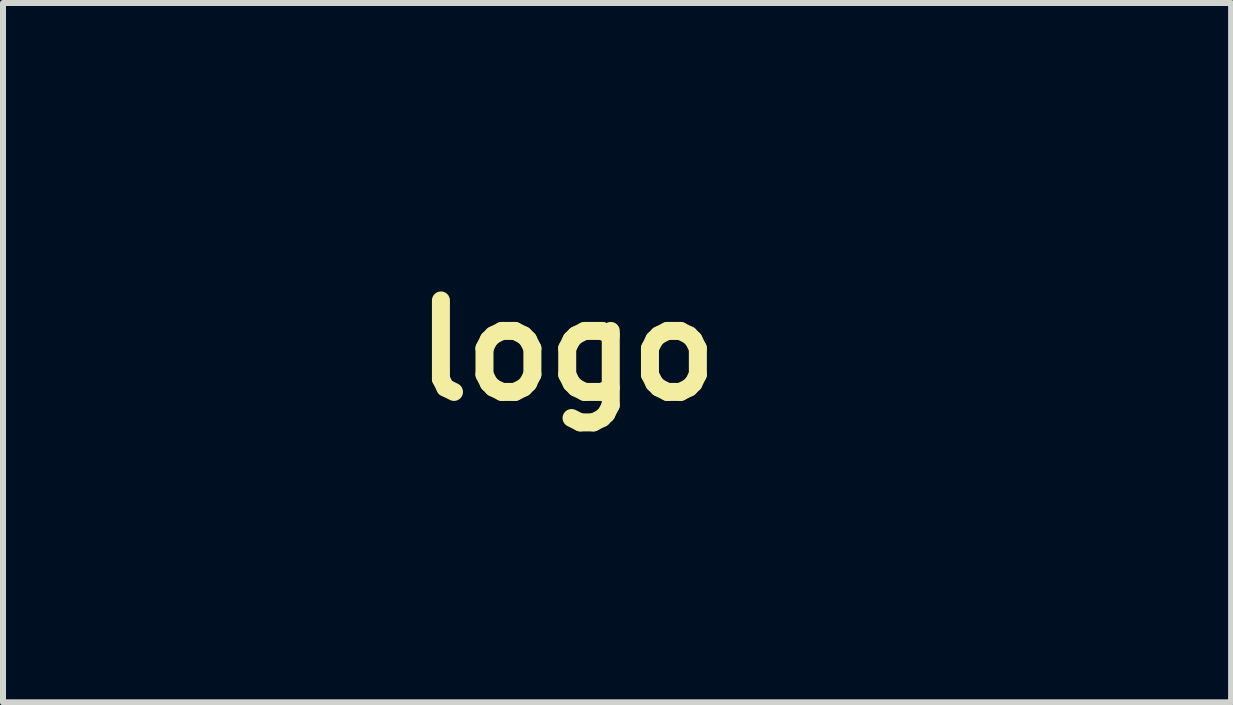
<source format=kicad_pcb>
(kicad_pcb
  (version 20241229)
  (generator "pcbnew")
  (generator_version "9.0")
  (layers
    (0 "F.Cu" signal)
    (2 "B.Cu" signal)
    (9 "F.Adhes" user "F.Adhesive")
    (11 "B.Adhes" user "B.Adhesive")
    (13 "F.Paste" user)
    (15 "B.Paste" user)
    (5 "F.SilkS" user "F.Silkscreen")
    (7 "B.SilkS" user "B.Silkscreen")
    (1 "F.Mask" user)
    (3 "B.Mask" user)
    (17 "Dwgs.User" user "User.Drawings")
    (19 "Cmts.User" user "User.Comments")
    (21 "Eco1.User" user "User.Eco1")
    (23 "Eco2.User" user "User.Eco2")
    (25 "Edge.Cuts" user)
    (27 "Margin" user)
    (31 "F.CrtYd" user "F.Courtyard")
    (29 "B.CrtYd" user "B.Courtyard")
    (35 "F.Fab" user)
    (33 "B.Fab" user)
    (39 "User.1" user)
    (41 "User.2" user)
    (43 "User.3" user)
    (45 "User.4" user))
  (footprint "logo"
    (layer "F.Cu")
    (at 6.403 2.792)
    (property "Reference" "logo" (at 0 0 0) (layer "F.SilkS") (effects (font (size 1.524 1.524) (thickness 0.3))))
    (attr through_hole)
    (fp_poly (pts (xy 4.662 -2.007) (xy 4.667 -1.984) (xy 4.644 -1.944) (xy 4.594 -1.939) (xy 4.562 -1.957) (xy 4.555 -1.996) (xy 4.591 -2.027) (xy 4.621 -2.032) (xy 4.662 -2.007)) (stroke (width 0.01) (type solid)) (fill yes) (layer "F.Mask"))
    (fp_poly (pts (xy 4.639 -1.728) (xy 4.651 -1.69) (xy 4.66 -1.606) (xy 4.665 -1.49) (xy 4.667 -1.361) (xy 4.664 -1.234) (xy 4.658 -1.127) (xy 4.648 -1.055) (xy 4.639 -1.034) (xy 4.606 -1.043) (xy 4.591 -1.066) (xy 4.582 -1.12) (xy 4.576 -1.219) (xy 4.572 -1.344) (xy 4.572 -1.381) (xy 4.576 -1.553) (xy 4.587 -1.665) (xy 4.606 -1.723) (xy 4.635 -1.73) (xy 4.639 -1.728)) (stroke (width 0.01) (type solid)) (fill yes) (layer "F.Mask"))
    (fp_poly (pts (xy 7.109 -1.732) (xy 7.191 -1.695) (xy 7.236 -1.647) (xy 7.239 -1.631) (xy 7.211 -1.625) (xy 7.137 -1.629) (xy 7.066 -1.636) (xy 6.963 -1.646) (xy 6.897 -1.639) (xy 6.846 -1.608) (xy 6.812 -1.576) (xy 6.744 -1.468) (xy 6.731 -1.347) (xy 6.776 -1.231) (xy 6.813 -1.185) (xy 6.867 -1.138) (xy 6.922 -1.117) (xy 7.001 -1.116) (xy 7.067 -1.123) (xy 7.178 -1.129) (xy 7.233 -1.116) (xy 7.23 -1.088) (xy 7.167 -1.047) (xy 7.129 -1.03) (xy 7.03 -0.994) (xy 6.957 -0.989) (xy 6.88 -1.015) (xy 6.842 -1.034) (xy 6.725 -1.116) (xy 6.659 -1.221) (xy 6.637 -1.365) (xy 6.637 -1.381) (xy 6.66 -1.538) (xy 6.73 -1.652) (xy 6.845 -1.722) (xy 7.005 -1.746) (xy 7.012 -1.746) (xy 7.109 -1.732)) (stroke (width 0.01) (type solid)) (fill yes) (layer "F.Mask"))
    (fp_poly (pts (xy 7.727 -0.237) (xy 7.759 -0.204) (xy 7.764 -0.16) (xy 7.769 -0.062) (xy 7.772 0.084) (xy 7.776 0.268) (xy 7.778 0.483) (xy 7.779 0.72) (xy 7.779 0.81) (xy 7.778 1.087) (xy 7.777 1.308) (xy 7.774 1.479) (xy 7.77 1.607) (xy 7.764 1.698) (xy 7.756 1.76) (xy 7.745 1.799) (xy 7.731 1.821) (xy 7.729 1.823) (xy 7.654 1.87) (xy 7.583 1.853) (xy 7.563 1.835) (xy 7.551 1.804) (xy 7.542 1.735) (xy 7.535 1.622) (xy 7.53 1.462) (xy 7.526 1.249) (xy 7.525 0.979) (xy 7.525 0.822) (xy 7.525 0.577) (xy 7.527 0.352) (xy 7.53 0.154) (xy 7.533 -0.008) (xy 7.537 -0.127) (xy 7.542 -0.194) (xy 7.544 -0.204) (xy 7.588 -0.242) (xy 7.659 -0.253) (xy 7.727 -0.237)) (stroke (width 0.01) (type solid)) (fill yes) (layer "F.Mask"))
    (fp_poly (pts (xy 4.22 -1.732) (xy 4.301 -1.695) (xy 4.346 -1.647) (xy 4.35 -1.631) (xy 4.321 -1.625) (xy 4.248 -1.629) (xy 4.177 -1.636) (xy 4.073 -1.646) (xy 4.008 -1.639) (xy 3.957 -1.608) (xy 3.923 -1.576) (xy 3.854 -1.468) (xy 3.842 -1.347) (xy 3.886 -1.231) (xy 3.924 -1.185) (xy 3.979 -1.137) (xy 4.035 -1.116) (xy 4.117 -1.115) (xy 4.178 -1.121) (xy 4.272 -1.126) (xy 4.335 -1.12) (xy 4.35 -1.11) (xy 4.321 -1.068) (xy 4.243 -1.035) (xy 4.132 -1.018) (xy 4.084 -1.016) (xy 3.978 -1.026) (xy 3.899 -1.064) (xy 3.844 -1.114) (xy 3.784 -1.184) (xy 3.755 -1.254) (xy 3.747 -1.354) (xy 3.747 -1.376) (xy 3.771 -1.535) (xy 3.839 -1.65) (xy 3.952 -1.721) (xy 4.111 -1.746) (xy 4.123 -1.746) (xy 4.22 -1.732)) (stroke (width 0.01) (type solid)) (fill yes) (layer "F.Mask"))
    (fp_poly (pts (xy 2.076 -1.736) (xy 2.168 -1.69) (xy 2.177 -1.68) (xy 2.209 -1.619) (xy 2.233 -1.525) (xy 2.248 -1.411) (xy 2.255 -1.292) (xy 2.252 -1.18) (xy 2.24 -1.091) (xy 2.219 -1.038) (xy 2.19 -1.032) (xy 2.175 -1.071) (xy 2.164 -1.156) (xy 2.159 -1.269) (xy 2.159 -1.281) (xy 2.151 -1.444) (xy 2.126 -1.55) (xy 2.11 -1.58) (xy 2.034 -1.639) (xy 1.938 -1.649) (xy 1.837 -1.61) (xy 1.792 -1.573) (xy 1.748 -1.518) (xy 1.724 -1.454) (xy 1.715 -1.358) (xy 1.714 -1.295) (xy 1.708 -1.159) (xy 1.691 -1.068) (xy 1.665 -1.028) (xy 1.641 -1.037) (xy 1.632 -1.076) (xy 1.624 -1.164) (xy 1.62 -1.285) (xy 1.619 -1.369) (xy 1.623 -1.535) (xy 1.636 -1.644) (xy 1.659 -1.7) (xy 1.694 -1.707) (xy 1.724 -1.688) (xy 1.783 -1.676) (xy 1.842 -1.7) (xy 1.96 -1.74) (xy 2.076 -1.736)) (stroke (width 0.01) (type solid)) (fill yes) (layer "F.Mask"))
    (fp_poly (pts (xy 6.221 -1.74) (xy 6.321 -1.691) (xy 6.348 -1.663) (xy 6.383 -1.605) (xy 6.404 -1.532) (xy 6.412 -1.425) (xy 6.413 -1.337) (xy 6.408 -1.195) (xy 6.396 -1.093) (xy 6.377 -1.037) (xy 6.355 -1.034) (xy 6.339 -1.064) (xy 6.328 -1.122) (xy 6.32 -1.221) (xy 6.318 -1.313) (xy 6.308 -1.464) (xy 6.278 -1.566) (xy 6.269 -1.58) (xy 6.194 -1.639) (xy 6.097 -1.649) (xy 5.996 -1.61) (xy 5.952 -1.573) (xy 5.909 -1.523) (xy 5.886 -1.464) (xy 5.876 -1.379) (xy 5.874 -1.273) (xy 5.868 -1.129) (xy 5.849 -1.046) (xy 5.819 -1.024) (xy 5.799 -1.038) (xy 5.789 -1.079) (xy 5.782 -1.167) (xy 5.779 -1.283) (xy 5.78 -1.412) (xy 5.784 -1.535) (xy 5.792 -1.637) (xy 5.802 -1.7) (xy 5.806 -1.708) (xy 5.835 -1.731) (xy 5.873 -1.7) (xy 5.873 -1.699) (xy 5.91 -1.667) (xy 5.951 -1.675) (xy 5.988 -1.698) (xy 6.103 -1.743) (xy 6.221 -1.74)) (stroke (width 0.01) (type solid)) (fill yes) (layer "F.Mask"))
    (fp_poly (pts (xy -0.695 -2.004) (xy -0.553 -1.924) (xy -0.449 -1.801) (xy -0.391 -1.64) (xy -0.381 -1.527) (xy -0.405 -1.336) (xy -0.474 -1.188) (xy -0.588 -1.084) (xy -0.743 -1.028) (xy -0.873 -1.018) (xy -0.98 -1.024) (xy -1.07 -1.038) (xy -1.098 -1.047) (xy -1.187 -1.109) (xy -1.272 -1.209) (xy -1.334 -1.323) (xy -1.352 -1.384) (xy -1.359 -1.51) (xy -1.27 -1.51) (xy -1.245 -1.346) (xy -1.172 -1.223) (xy -1.055 -1.144) (xy -0.894 -1.112) (xy -0.863 -1.111) (xy -0.755 -1.116) (xy -0.682 -1.139) (xy -0.615 -1.189) (xy -0.584 -1.219) (xy -0.518 -1.294) (xy -0.486 -1.365) (xy -0.477 -1.46) (xy -0.476 -1.491) (xy -0.499 -1.669) (xy -0.566 -1.805) (xy -0.675 -1.894) (xy -0.823 -1.934) (xy -0.875 -1.937) (xy -1.025 -1.908) (xy -1.146 -1.829) (xy -1.23 -1.707) (xy -1.268 -1.551) (xy -1.27 -1.51) (xy -1.359 -1.51) (xy -1.362 -1.575) (xy -1.321 -1.743) (xy -1.233 -1.879) (xy -1.107 -1.976) (xy -0.946 -2.027) (xy -0.868 -2.032) (xy -0.695 -2.004)) (stroke (width 0.01) (type solid)) (fill yes) (layer "F.Mask"))
    (fp_poly (pts (xy 1.464 0.391) (xy 1.596 0.436) (xy 1.713 0.502) (xy 1.767 0.567) (xy 1.759 0.631) (xy 1.738 0.657) (xy 1.702 0.684) (xy 1.658 0.688) (xy 1.585 0.666) (xy 1.544 0.651) (xy 1.386 0.613) (xy 1.217 0.608) (xy 1.058 0.634) (xy 0.932 0.69) (xy 0.931 0.692) (xy 0.815 0.81) (xy 0.75 0.966) (xy 0.736 1.16) (xy 0.737 1.179) (xy 0.767 1.35) (xy 0.837 1.48) (xy 0.954 1.582) (xy 0.986 1.602) (xy 1.122 1.651) (xy 1.287 1.663) (xy 1.455 1.639) (xy 1.553 1.605) (xy 1.637 1.57) (xy 1.686 1.563) (xy 1.722 1.582) (xy 1.736 1.595) (xy 1.771 1.658) (xy 1.746 1.721) (xy 1.661 1.787) (xy 1.615 1.812) (xy 1.458 1.868) (xy 1.28 1.893) (xy 1.108 1.886) (xy 1.007 1.861) (xy 0.799 1.759) (xy 0.646 1.625) (xy 0.547 1.457) (xy 0.499 1.254) (xy 0.494 1.143) (xy 0.508 0.941) (xy 0.553 0.782) (xy 0.634 0.65) (xy 0.675 0.604) (xy 0.842 0.475) (xy 1.039 0.395) (xy 1.251 0.366) (xy 1.464 0.391)) (stroke (width 0.01) (type solid)) (fill yes) (layer "F.Mask"))
    (fp_poly (pts (xy 4.756 0.384) (xy 4.934 0.442) (xy 5.089 0.544) (xy 5.193 0.664) (xy 5.278 0.842) (xy 5.317 1.038) (xy 5.312 1.239) (xy 5.265 1.431) (xy 5.18 1.602) (xy 5.058 1.74) (xy 4.956 1.808) (xy 4.797 1.863) (xy 4.61 1.889) (xy 4.423 1.882) (xy 4.356 1.869) (xy 4.189 1.8) (xy 4.052 1.682) (xy 3.948 1.528) (xy 3.88 1.347) (xy 3.853 1.15) (xy 3.857 1.1) (xy 4.081 1.1) (xy 4.095 1.266) (xy 4.155 1.439) (xy 4.257 1.568) (xy 4.399 1.649) (xy 4.573 1.676) (xy 4.623 1.674) (xy 4.786 1.641) (xy 4.888 1.589) (xy 4.994 1.48) (xy 5.057 1.335) (xy 5.08 1.145) (xy 5.08 1.125) (xy 5.057 0.926) (xy 4.988 0.77) (xy 4.876 0.659) (xy 4.721 0.594) (xy 4.623 0.58) (xy 4.446 0.594) (xy 4.298 0.66) (xy 4.184 0.771) (xy 4.11 0.92) (xy 4.081 1.1) (xy 3.857 1.1) (xy 3.87 0.949) (xy 3.936 0.753) (xy 3.946 0.731) (xy 4.057 0.579) (xy 4.206 0.467) (xy 4.38 0.397) (xy 4.567 0.369) (xy 4.756 0.384)) (stroke (width 0.01) (type solid)) (fill yes) (layer "F.Mask"))
    (fp_poly (pts (xy 5.343 -1.729) (xy 5.446 -1.674) (xy 5.52 -1.59) (xy 5.551 -1.485) (xy 5.55 -1.453) (xy 5.54 -1.349) (xy 5.278 -1.34) (xy 5.134 -1.331) (xy 5.049 -1.314) (xy 5.018 -1.284) (xy 5.036 -1.238) (xy 5.095 -1.176) (xy 5.153 -1.131) (xy 5.217 -1.114) (xy 5.312 -1.119) (xy 5.33 -1.121) (xy 5.444 -1.129) (xy 5.502 -1.118) (xy 5.507 -1.086) (xy 5.489 -1.059) (xy 5.435 -1.033) (xy 5.341 -1.019) (xy 5.232 -1.019) (xy 5.13 -1.032) (xy 5.064 -1.054) (xy 4.968 -1.143) (xy 4.912 -1.265) (xy 4.897 -1.403) (xy 4.916 -1.49) (xy 5.016 -1.49) (xy 5.023 -1.458) (xy 5.052 -1.439) (xy 5.116 -1.431) (xy 5.229 -1.429) (xy 5.241 -1.429) (xy 5.358 -1.43) (xy 5.424 -1.437) (xy 5.453 -1.453) (xy 5.457 -1.483) (xy 5.455 -1.497) (xy 5.415 -1.579) (xy 5.336 -1.643) (xy 5.243 -1.674) (xy 5.196 -1.671) (xy 5.095 -1.624) (xy 5.031 -1.549) (xy 5.016 -1.49) (xy 4.916 -1.49) (xy 4.927 -1.54) (xy 5.001 -1.659) (xy 5.009 -1.666) (xy 5.11 -1.731) (xy 5.227 -1.75) (xy 5.343 -1.729)) (stroke (width 0.01) (type solid)) (fill yes) (layer "F.Mask"))
    (fp_poly (pts (xy 1.183 -1.729) (xy 1.286 -1.675) (xy 1.361 -1.592) (xy 1.392 -1.486) (xy 1.391 -1.453) (xy 1.381 -1.349) (xy 1.119 -1.34) (xy 0.974 -1.331) (xy 0.887 -1.312) (xy 0.855 -1.28) (xy 0.872 -1.231) (xy 0.925 -1.171) (xy 0.976 -1.131) (xy 1.037 -1.115) (xy 1.133 -1.118) (xy 1.16 -1.121) (xy 1.278 -1.128) (xy 1.339 -1.119) (xy 1.35 -1.091) (xy 1.329 -1.059) (xy 1.272 -1.031) (xy 1.165 -1.017) (xy 1.112 -1.016) (xy 0.995 -1.022) (xy 0.916 -1.043) (xy 0.852 -1.088) (xy 0.848 -1.092) (xy 0.769 -1.205) (xy 0.736 -1.343) (xy 0.749 -1.487) (xy 0.751 -1.492) (xy 0.857 -1.492) (xy 0.863 -1.459) (xy 0.89 -1.44) (xy 0.952 -1.431) (xy 1.062 -1.429) (xy 1.079 -1.429) (xy 1.2 -1.431) (xy 1.268 -1.441) (xy 1.298 -1.461) (xy 1.302 -1.478) (xy 1.275 -1.545) (xy 1.211 -1.614) (xy 1.13 -1.666) (xy 1.065 -1.683) (xy 0.976 -1.657) (xy 0.9 -1.594) (xy 0.859 -1.513) (xy 0.857 -1.492) (xy 0.751 -1.492) (xy 0.808 -1.618) (xy 0.848 -1.665) (xy 0.95 -1.73) (xy 1.066 -1.749) (xy 1.183 -1.729)) (stroke (width 0.01) (type solid)) (fill yes) (layer "F.Mask"))
    (fp_poly (pts (xy 3.431 -2.005) (xy 3.443 -2.001) (xy 3.512 -1.966) (xy 3.52 -1.937) (xy 3.469 -1.917) (xy 3.362 -1.906) (xy 3.291 -1.905) (xy 3.162 -1.902) (xy 3.08 -1.89) (xy 3.028 -1.866) (xy 3 -1.842) (xy 2.959 -1.771) (xy 2.971 -1.707) (xy 3.04 -1.647) (xy 3.169 -1.588) (xy 3.256 -1.557) (xy 3.394 -1.508) (xy 3.483 -1.464) (xy 3.537 -1.418) (xy 3.554 -1.391) (xy 3.584 -1.285) (xy 3.559 -1.187) (xy 3.49 -1.103) (xy 3.386 -1.041) (xy 3.257 -1.008) (xy 3.111 -1.01) (xy 3.048 -1.023) (xy 2.959 -1.056) (xy 2.893 -1.097) (xy 2.889 -1.101) (xy 2.872 -1.124) (xy 2.884 -1.136) (xy 2.936 -1.139) (xy 3.036 -1.132) (xy 3.096 -1.128) (xy 3.226 -1.118) (xy 3.308 -1.118) (xy 3.359 -1.13) (xy 3.396 -1.156) (xy 3.409 -1.17) (xy 3.454 -1.234) (xy 3.459 -1.29) (xy 3.42 -1.344) (xy 3.332 -1.4) (xy 3.189 -1.464) (xy 3.096 -1.5) (xy 2.961 -1.566) (xy 2.883 -1.642) (xy 2.858 -1.737) (xy 2.87 -1.822) (xy 2.923 -1.912) (xy 3.021 -1.98) (xy 3.149 -2.022) (xy 3.291 -2.032) (xy 3.431 -2.005)) (stroke (width 0.01) (type solid)) (fill yes) (layer "F.Mask"))
    (fp_poly (pts (xy 7.853 -1.728) (xy 7.955 -1.671) (xy 8.029 -1.587) (xy 8.06 -1.482) (xy 8.059 -1.453) (xy 8.049 -1.349) (xy 7.787 -1.34) (xy 7.667 -1.333) (xy 7.576 -1.322) (xy 7.528 -1.309) (xy 7.525 -1.305) (xy 7.543 -1.264) (xy 7.587 -1.2) (xy 7.594 -1.191) (xy 7.64 -1.14) (xy 7.689 -1.117) (xy 7.763 -1.115) (xy 7.829 -1.121) (xy 7.946 -1.128) (xy 8.007 -1.119) (xy 8.017 -1.09) (xy 7.997 -1.059) (xy 7.943 -1.033) (xy 7.85 -1.019) (xy 7.74 -1.019) (xy 7.638 -1.032) (xy 7.572 -1.054) (xy 7.476 -1.143) (xy 7.422 -1.264) (xy 7.412 -1.403) (xy 7.433 -1.49) (xy 7.525 -1.49) (xy 7.531 -1.458) (xy 7.56 -1.439) (xy 7.624 -1.431) (xy 7.737 -1.429) (xy 7.749 -1.429) (xy 7.866 -1.43) (xy 7.932 -1.437) (xy 7.961 -1.453) (xy 7.965 -1.483) (xy 7.964 -1.497) (xy 7.923 -1.579) (xy 7.844 -1.643) (xy 7.751 -1.674) (xy 7.704 -1.671) (xy 7.603 -1.624) (xy 7.539 -1.549) (xy 7.525 -1.49) (xy 7.433 -1.49) (xy 7.446 -1.542) (xy 7.525 -1.667) (xy 7.53 -1.672) (xy 7.625 -1.734) (xy 7.738 -1.751) (xy 7.853 -1.728)) (stroke (width 0.01) (type solid)) (fill yes) (layer "F.Mask"))
    (fp_poly (pts (xy 0.366 -1.713) (xy 0.409 -1.685) (xy 0.505 -1.582) (xy 0.553 -1.451) (xy 0.555 -1.31) (xy 0.508 -1.176) (xy 0.443 -1.094) (xy 0.374 -1.038) (xy 0.306 -1.019) (xy 0.216 -1.024) (xy 0.118 -1.04) (xy 0.04 -1.058) (xy 0.025 -1.063) (xy -0.005 -1.067) (xy -0.024 -1.04) (xy -0.034 -0.968) (xy -0.038 -0.902) (xy -0.051 -0.792) (xy -0.075 -0.723) (xy -0.104 -0.702) (xy -0.134 -0.736) (xy -0.139 -0.747) (xy -0.148 -0.803) (xy -0.154 -0.907) (xy -0.157 -1.041) (xy -0.158 -1.191) (xy -0.155 -1.34) (xy -0.154 -1.362) (xy -0.055 -1.362) (xy -0.031 -1.249) (xy 0.017 -1.162) (xy 0.021 -1.159) (xy 0.097 -1.12) (xy 0.203 -1.11) (xy 0.31 -1.127) (xy 0.392 -1.171) (xy 0.4 -1.178) (xy 0.449 -1.278) (xy 0.46 -1.381) (xy 0.441 -1.516) (xy 0.379 -1.604) (xy 0.275 -1.646) (xy 0.206 -1.651) (xy 0.082 -1.631) (xy -0.000478 -1.565) (xy -0.046 -1.468) (xy -0.055 -1.362) (xy -0.154 -1.362) (xy -0.15 -1.472) (xy -0.142 -1.571) (xy -0.139 -1.591) (xy -0.119 -1.669) (xy -0.082 -1.702) (xy -0.036 -1.708) (xy 0.05 -1.716) (xy 0.158 -1.729) (xy 0.181 -1.732) (xy 0.286 -1.738) (xy 0.366 -1.713)) (stroke (width 0.01) (type solid)) (fill yes) (layer "F.Mask"))
    (fp_poly (pts (xy 2.374 0.183) (xy 2.379 0.338) (xy 2.384 0.467) (xy 2.391 0.559) (xy 2.397 0.602) (xy 2.398 0.603) (xy 2.431 0.586) (xy 2.496 0.543) (xy 2.545 0.508) (xy 2.723 0.41) (xy 2.902 0.367) (xy 3.074 0.378) (xy 3.228 0.442) (xy 3.356 0.559) (xy 3.371 0.579) (xy 3.399 0.622) (xy 3.419 0.668) (xy 3.433 0.728) (xy 3.442 0.814) (xy 3.449 0.936) (xy 3.454 1.106) (xy 3.456 1.201) (xy 3.459 1.426) (xy 3.459 1.595) (xy 3.454 1.716) (xy 3.443 1.796) (xy 3.423 1.843) (xy 3.395 1.865) (xy 3.356 1.869) (xy 3.341 1.867) (xy 3.254 1.857) (xy 3.239 1.349) (xy 3.229 1.122) (xy 3.215 0.948) (xy 3.194 0.821) (xy 3.162 0.73) (xy 3.119 0.667) (xy 3.06 0.624) (xy 3.016 0.603) (xy 2.885 0.583) (xy 2.74 0.619) (xy 2.588 0.712) (xy 2.522 0.767) (xy 2.383 0.896) (xy 2.374 1.376) (xy 2.365 1.857) (xy 2.278 1.867) (xy 2.205 1.861) (xy 2.174 1.835) (xy 2.171 1.794) (xy 2.168 1.698) (xy 2.166 1.554) (xy 2.165 1.37) (xy 2.165 1.154) (xy 2.165 0.914) (xy 2.166 0.778) (xy 2.175 -0.238) (xy 2.365 -0.238) (xy 2.374 0.183)) (stroke (width 0.01) (type solid)) (fill yes) (layer "F.Mask"))
    (fp_poly (pts (xy 6.6 0.397) (xy 6.786 0.47) (xy 6.929 0.59) (xy 7.029 0.756) (xy 7.083 0.965) (xy 7.094 1.127) (xy 7.071 1.366) (xy 7.003 1.562) (xy 6.89 1.713) (xy 6.732 1.82) (xy 6.71 1.83) (xy 6.586 1.865) (xy 6.433 1.886) (xy 6.282 1.89) (xy 6.17 1.876) (xy 5.978 1.795) (xy 5.818 1.661) (xy 5.763 1.591) (xy 5.719 1.524) (xy 5.691 1.464) (xy 5.675 1.394) (xy 5.669 1.296) (xy 5.668 1.166) (xy 5.879 1.166) (xy 5.879 1.171) (xy 5.907 1.357) (xy 5.971 1.495) (xy 6.076 1.597) (xy 6.135 1.632) (xy 6.257 1.668) (xy 6.403 1.674) (xy 6.545 1.651) (xy 6.657 1.6) (xy 6.659 1.599) (xy 6.772 1.498) (xy 6.839 1.392) (xy 6.869 1.259) (xy 6.873 1.149) (xy 6.851 0.942) (xy 6.787 0.783) (xy 6.681 0.671) (xy 6.532 0.606) (xy 6.366 0.588) (xy 6.182 0.611) (xy 6.041 0.681) (xy 5.943 0.797) (xy 5.889 0.959) (xy 5.879 1.166) (xy 5.668 1.166) (xy 5.667 1.153) (xy 5.667 1.146) (xy 5.669 0.999) (xy 5.676 0.897) (xy 5.692 0.821) (xy 5.721 0.754) (xy 5.763 0.682) (xy 5.887 0.531) (xy 6.044 0.431) (xy 6.237 0.38) (xy 6.375 0.372) (xy 6.6 0.397)) (stroke (width 0.01) (type solid)) (fill yes) (layer "F.Mask"))
    (fp_poly (pts (xy -0.54 -0.171) (xy -0.385 -0.164) (xy -0.234 -0.15) (xy -0.112 -0.131) (xy -0.079 -0.123) (xy 0.017 -0.092) (xy 0.067 -0.058) (xy 0.087 -0.009) (xy 0.089 0.004) (xy 0.085 0.069) (xy 0.047 0.102) (xy -0.032 0.103) (xy -0.16 0.076) (xy -0.362 0.041) (xy -0.554 0.04) (xy -0.727 0.07) (xy -0.872 0.127) (xy -0.978 0.209) (xy -1.038 0.312) (xy -1.048 0.378) (xy -1.043 0.446) (xy -1.022 0.503) (xy -0.98 0.552) (xy -0.907 0.599) (xy -0.797 0.648) (xy -0.643 0.702) (xy -0.437 0.768) (xy -0.365 0.79) (xy -0.161 0.86) (xy -0.013 0.933) (xy 0.088 1.018) (xy 0.149 1.12) (xy 0.18 1.247) (xy 0.184 1.283) (xy 0.187 1.402) (xy 0.168 1.494) (xy 0.119 1.593) (xy 0.116 1.598) (xy 0.03 1.71) (xy -0.082 1.791) (xy -0.236 1.848) (xy -0.351 1.874) (xy -0.502 1.896) (xy -0.635 1.9) (xy -0.779 1.883) (xy -0.912 1.857) (xy -1.089 1.811) (xy -1.209 1.763) (xy -1.276 1.709) (xy -1.295 1.664) (xy -1.286 1.585) (xy -1.231 1.549) (xy -1.133 1.556) (xy -1.076 1.574) (xy -0.793 1.647) (xy -0.524 1.66) (xy -0.41 1.645) (xy -0.236 1.597) (xy -0.118 1.52) (xy -0.054 1.414) (xy -0.045 1.381) (xy -0.041 1.299) (xy -0.066 1.23) (xy -0.127 1.168) (xy -0.232 1.109) (xy -0.387 1.046) (xy -0.564 0.987) (xy -0.776 0.917) (xy -0.936 0.857) (xy -1.052 0.801) (xy -1.134 0.745) (xy -1.192 0.684) (xy -1.226 0.628) (xy -1.28 0.463) (xy -1.275 0.296) (xy -1.215 0.137) (xy -1.104 -0.003) (xy -0.989 -0.088) (xy -0.913 -0.129) (xy -0.844 -0.154) (xy -0.763 -0.167) (xy -0.651 -0.171) (xy -0.54 -0.171)) (stroke (width 0.01) (type solid)) (fill yes) (layer "F.Mask"))
    (fp_poly (pts (xy -5.209 -2.787) (xy -4.949 -2.786) (xy -4.67 -2.785) (xy -4.378 -2.783) (xy -4.081 -2.781) (xy -3.786 -2.779) (xy -3.499 -2.776) (xy -3.226 -2.772) (xy -2.976 -2.769) (xy -2.755 -2.765) (xy -2.569 -2.762) (xy -2.426 -2.758) (xy -2.332 -2.754) (xy -2.295 -2.75) (xy -2.295 -2.75) (xy -2.293 -2.717) (xy -2.291 -2.627) (xy -2.289 -2.485) (xy -2.287 -2.296) (xy -2.285 -2.066) (xy -2.283 -1.801) (xy -2.281 -1.507) (xy -2.279 -1.189) (xy -2.278 -0.935) (xy -2.27 0.87) (xy -2.378 0.892) (xy -2.474 0.91) (xy -2.596 0.928) (xy -2.656 0.936) (xy -2.756 0.945) (xy -2.808 0.94) (xy -2.825 0.918) (xy -2.826 0.909) (xy -2.816 0.876) (xy -2.78 0.852) (xy -2.706 0.832) (xy -2.581 0.813) (xy -2.55 0.809) (xy -2.456 0.791) (xy -2.391 0.767) (xy -2.376 0.751) (xy -2.374 0.713) (xy -2.373 0.618) (xy -2.373 0.471) (xy -2.373 0.279) (xy -2.374 0.047) (xy -2.375 -0.219) (xy -2.377 -0.511) (xy -2.38 -0.825) (xy -2.381 -0.968) (xy -2.397 -2.651) (xy -4.255 -2.659) (xy -4.668 -2.66) (xy -5.022 -2.66) (xy -5.321 -2.66) (xy -5.569 -2.658) (xy -5.768 -2.654) (xy -5.925 -2.649) (xy -6.042 -2.643) (xy -6.123 -2.634) (xy -6.173 -2.624) (xy -6.195 -2.612) (xy -6.194 -2.597) (xy -6.19 -2.592) (xy -6.158 -2.581) (xy -6.07 -2.553) (xy -5.933 -2.511) (xy -5.752 -2.456) (xy -5.534 -2.39) (xy -5.283 -2.315) (xy -5.006 -2.233) (xy -4.708 -2.145) (xy -4.608 -2.115) (xy -4.304 -2.025) (xy -4.017 -1.939) (xy -3.755 -1.86) (xy -3.522 -1.789) (xy -3.325 -1.728) (xy -3.17 -1.679) (xy -3.061 -1.643) (xy -3.007 -1.623) (xy -3.001 -1.62) (xy -2.988 -1.588) (xy -2.976 -1.514) (xy -2.966 -1.393) (xy -2.957 -1.221) (xy -2.948 -0.994) (xy -2.941 -0.722) (xy -2.934 -0.456) (xy -2.925 -0.145) (xy -2.916 0.193) (xy -2.906 0.539) (xy -2.896 0.875) (xy -2.887 1.181) (xy -2.887 1.183) (xy -2.88 1.437) (xy -2.875 1.671) (xy -2.872 1.877) (xy -2.872 2.048) (xy -2.874 2.176) (xy -2.878 2.253) (xy -2.882 2.271) (xy -2.921 2.31) (xy -3 2.368) (xy -3.102 2.432) (xy -3.113 2.438) (xy -3.218 2.501) (xy -3.28 2.547) (xy -3.311 2.592) (xy -3.323 2.652) (xy -3.328 2.707) (xy -3.337 2.795) (xy -3.352 2.849) (xy -3.36 2.857) (xy -3.392 2.844) (xy -3.475 2.805) (xy -3.605 2.742) (xy -3.775 2.66) (xy -3.981 2.559) (xy -4.216 2.444) (xy -4.476 2.316) (xy -4.755 2.178) (xy -4.856 2.128) (xy -5.141 1.987) (xy -5.409 1.853) (xy -5.654 1.73) (xy -5.872 1.621) (xy -6.056 1.527) (xy -6.202 1.453) (xy -6.304 1.4) (xy -6.355 1.371) (xy -6.361 1.367) (xy -6.368 1.328) (xy -6.374 1.227) (xy -6.38 1.066) (xy -6.385 0.846) (xy -6.389 0.57) (xy -6.392 0.238) (xy -6.394 -0.148) (xy -6.395 -0.586) (xy -6.395 -0.621) (xy -6.397 -1.932) (xy -6.317 -1.932) (xy -6.316 -1.743) (xy -6.313 -1.502) (xy -6.308 -1.203) (xy -6.308 -1.185) (xy -6.302 -0.887) (xy -6.297 -0.573) (xy -6.293 -0.259) (xy -6.29 0.041) (xy -6.288 0.313) (xy -6.287 0.54) (xy -6.287 0.606) (xy -6.287 1.297) (xy -4.882 1.992) (xy -4.605 2.129) (xy -4.345 2.255) (xy -4.109 2.369) (xy -3.902 2.467) (xy -3.728 2.548) (xy -3.594 2.608) (xy -3.504 2.645) (xy -3.466 2.657) (xy -3.464 2.657) (xy -3.463 2.62) (xy -3.463 2.526) (xy -3.464 2.379) (xy -3.466 2.187) (xy -3.469 1.953) (xy -3.474 1.685) (xy -3.479 1.388) (xy -3.485 1.067) (xy -3.491 0.797) (xy -3.5 0.371) (xy -3.509 0.007) (xy -3.518 -0.3) (xy -3.526 -0.551) (xy -3.535 -0.749) (xy -3.543 -0.897) (xy -3.552 -0.998) (xy -3.561 -1.054) (xy -3.566 -1.068) (xy -3.603 -1.088) (xy -3.69 -1.131) (xy -3.822 -1.193) (xy -3.989 -1.271) (xy -4.187 -1.361) (xy -4.406 -1.461) (xy -4.642 -1.567) (xy -4.885 -1.676) (xy -5.13 -1.786) (xy -5.369 -1.892) (xy -5.594 -1.992) (xy -5.8 -2.082) (xy -5.979 -2.16) (xy -6.123 -2.222) (xy -6.226 -2.264) (xy -6.281 -2.285) (xy -6.287 -2.286) (xy -6.298 -2.275) (xy -6.307 -2.24) (xy -6.313 -2.175) (xy -6.316 -2.074) (xy -6.317 -1.932) (xy -6.397 -1.932) (xy -6.398 -2.485) (xy -6.287 -2.485) (xy -6.278 -2.467) (xy -6.248 -2.442) (xy -6.194 -2.407) (xy -6.11 -2.362) (xy -5.993 -2.303) (xy -5.838 -2.23) (xy -5.641 -2.138) (xy -5.396 -2.027) (xy -5.101 -1.894) (xy -4.882 -1.796) (xy -4.601 -1.67) (xy -4.338 -1.552) (xy -4.099 -1.444) (xy -3.888 -1.349) (xy -3.713 -1.268) (xy -3.577 -1.206) (xy -3.488 -1.163) (xy -3.451 -1.144) (xy -3.451 -1.144) (xy -3.445 -1.108) (xy -3.438 -1.015) (xy -3.431 -0.871) (xy -3.423 -0.683) (xy -3.416 -0.456) (xy -3.408 -0.197) (xy -3.401 0.088) (xy -3.395 0.393) (xy -3.394 0.401) (xy -3.388 0.717) (xy -3.381 1.024) (xy -3.374 1.313) (xy -3.367 1.576) (xy -3.361 1.806) (xy -3.355 1.995) (xy -3.35 2.136) (xy -3.346 2.212) (xy -3.328 2.502) (xy -3.137 2.389) (xy -3.039 2.325) (xy -2.965 2.268) (xy -2.929 2.23) (xy -2.929 2.23) (xy -2.927 2.191) (xy -2.927 2.096) (xy -2.928 1.951) (xy -2.931 1.764) (xy -2.935 1.541) (xy -2.94 1.289) (xy -2.946 1.014) (xy -2.953 0.724) (xy -2.961 0.425) (xy -2.969 0.125) (xy -2.977 -0.171) (xy -2.986 -0.455) (xy -2.994 -0.72) (xy -3.002 -0.96) (xy -3.009 -1.168) (xy -3.016 -1.337) (xy -3.022 -1.461) (xy -3.027 -1.532) (xy -3.029 -1.546) (xy -3.057 -1.534) (xy -3.125 -1.497) (xy -3.222 -1.443) (xy -3.252 -1.426) (xy -3.358 -1.368) (xy -3.446 -1.327) (xy -3.498 -1.31) (xy -3.504 -1.311) (xy -3.494 -1.331) (xy -3.44 -1.373) (xy -3.35 -1.432) (xy -3.302 -1.46) (xy -3.2 -1.523) (xy -3.127 -1.573) (xy -3.095 -1.603) (xy -3.096 -1.608) (xy -3.262 -1.657) (xy -3.464 -1.717) (xy -3.694 -1.786) (xy -3.947 -1.86) (xy -4.215 -1.94) (xy -4.491 -2.022) (xy -4.769 -2.104) (xy -5.042 -2.184) (xy -5.301 -2.261) (xy -5.542 -2.332) (xy -5.756 -2.395) (xy -5.938 -2.448) (xy -6.079 -2.49) (xy -6.173 -2.517) (xy -6.213 -2.529) (xy -6.213 -2.529) (xy -6.269 -2.532) (xy -6.286 -2.494) (xy -6.287 -2.485) (xy -6.398 -2.485) (xy -6.398 -2.577) (xy -6.297 -2.667) (xy -6.224 -2.721) (xy -6.138 -2.754) (xy -6.017 -2.776) (xy -5.98 -2.78) (xy -5.919 -2.783) (xy -5.804 -2.785) (xy -5.643 -2.787) (xy -5.442 -2.787) (xy -5.209 -2.787)) (stroke (width 0.01) (type solid)) (fill yes) (layer "F.Mask")))
  (gr_rect
    (start -3 -3)
    (end 17.467 8.655)
    (stroke (width 0.1) (type default))
    (fill no)
    (layer "Edge.Cuts")))
</source>
